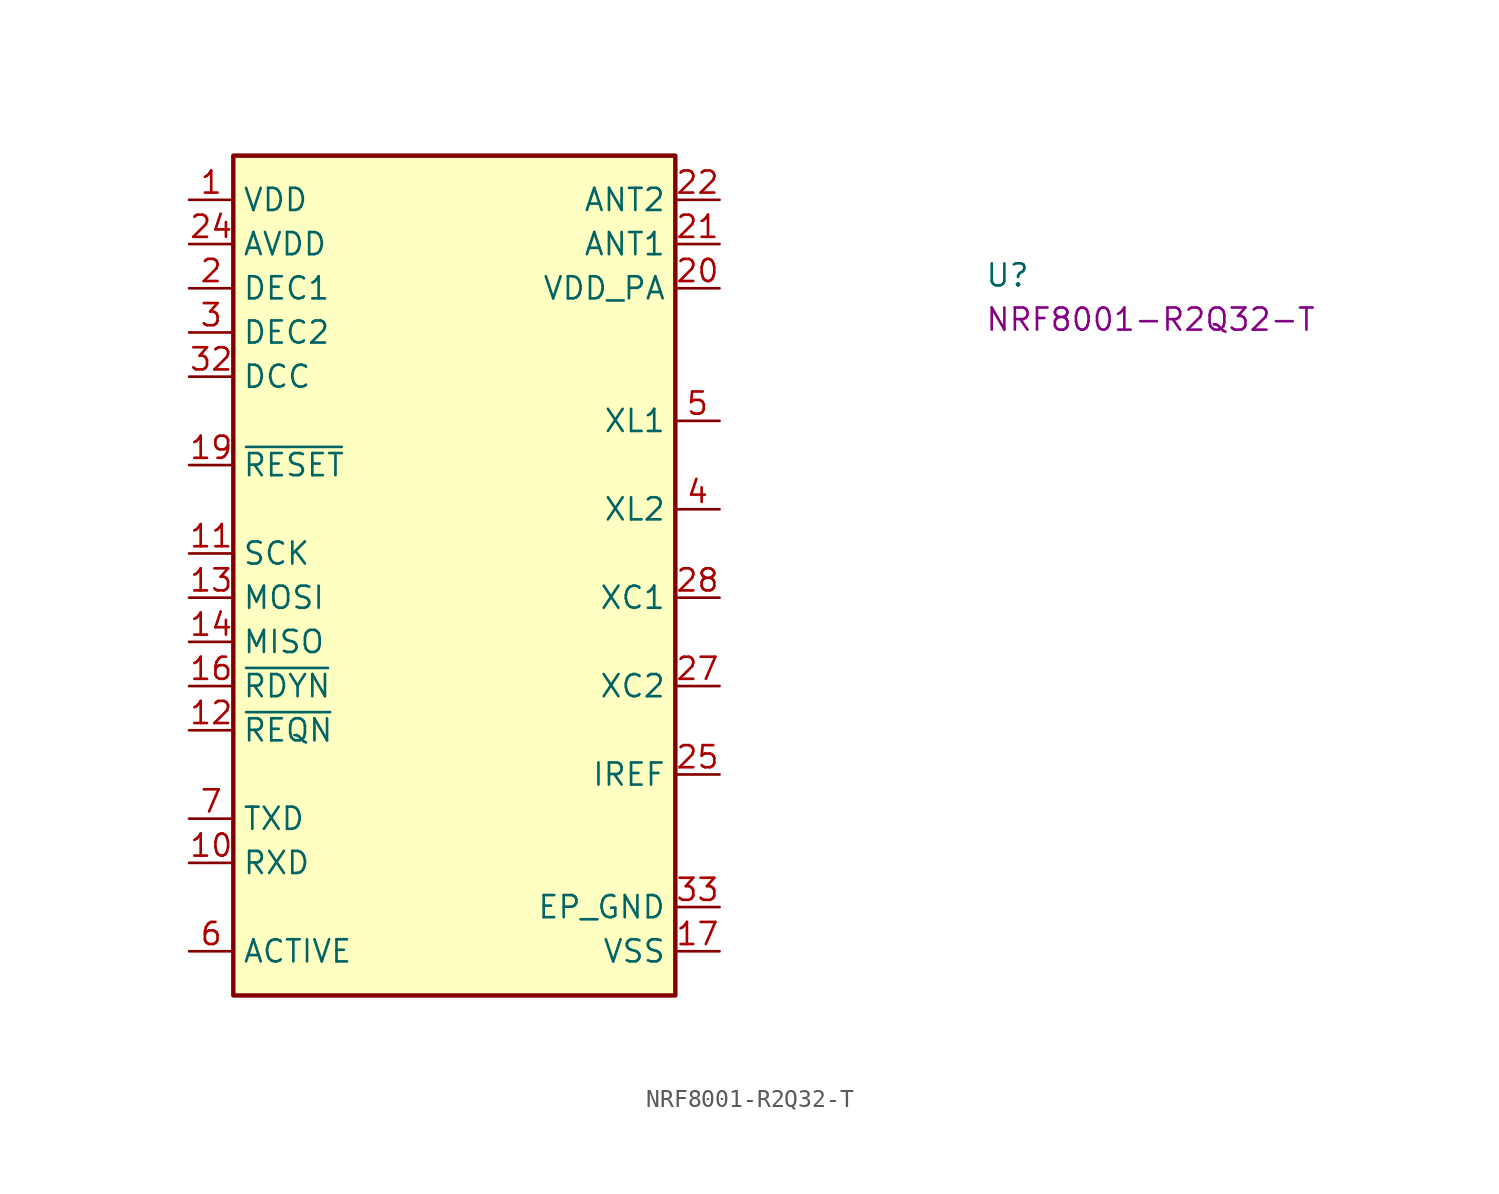
<source format=kicad_sym>
(kicad_symbol_lib
  (version 20231120)
  (generator "kicad_symbol_editor")
  (generator_version "8.0")
  (symbol "NRF8001-R2Q32-T"
    (property "Reference" "U"
      (at 45.72 -5.08 0)
      (effects (font (size 1.27 1.27) (thickness 0.15)) (justify left bottom)))
    (property "MPN" "NRF8001-R2Q32-T"
      (at 45.72 -7.62 0)
      (effects (font (size 1.27 1.27) (thickness 0.15)) (justify left bottom)))
    (symbol "NRF8001-R2Q32-T_1_1"
      (rectangle (start 2.54 2.54) (end 27.94 -45.72) (stroke (width 0.254) (type default)) (fill (type background)))
      (pin power_in line (at 0 0 0) (length 2.54) (name "VDD" (effects (font (size 1.27 1.27)))) (number "1" (effects (font (size 1.27 1.27)))))
      (pin input line (at 0 -38.1 0) (length 2.54) (name "RXD" (effects (font (size 1.27 1.27)))) (number "10" (effects (font (size 1.27 1.27)))))
      (pin input line (at 0 -20.32 0) (length 2.54) (name "SCK" (effects (font (size 1.27 1.27)))) (number "11" (effects (font (size 1.27 1.27)))))
      (pin input line (at 0 -30.48 0) (length 2.54) (name "~{REQN}" (effects (font (size 1.27 1.27)))) (number "12" (effects (font (size 1.27 1.27)))))
      (pin input line (at 0 -22.86 0) (length 2.54) (name "MOSI" (effects (font (size 1.27 1.27)))) (number "13" (effects (font (size 1.27 1.27)))))
      (pin output line (at 0 -25.4 0) (length 2.54) (name "MISO" (effects (font (size 1.27 1.27)))) (number "14" (effects (font (size 1.27 1.27)))))
      (pin no_connect line (at 27.94 -35.56 180) (length 2.54) hide (name "NC" (effects (font (size 1.27 1.27)))) (number "15" (effects (font (size 1.27 1.27)))))
      (pin output line (at 0 -27.94 0) (length 2.54) (name "~{RDYN}" (effects (font (size 1.27 1.27)))) (number "16" (effects (font (size 1.27 1.27)))))
      (pin power_in line (at 30.48 -43.18 180) (length 2.54) (name "VSS" (effects (font (size 1.27 1.27)))) (number "17" (effects (font (size 1.27 1.27)))))
      (pin passive line (at 30.48 -43.18 180) (length 2.54) hide (name "VSS" (effects (font (size 1.27 1.27)))) (number "18" (effects (font (size 1.27 1.27)))))
      (pin input line (at 0 -15.24 0) (length 2.54) (name "~{RESET}" (effects (font (size 1.27 1.27)))) (number "19" (effects (font (size 1.27 1.27)))))
      (pin passive line (at 0 -5.08 0) (length 2.54) (name "DEC1" (effects (font (size 1.27 1.27)))) (number "2" (effects (font (size 1.27 1.27)))))
      (pin power_out line (at 30.48 -5.08 180) (length 2.54) (name "VDD_PA" (effects (font (size 1.27 1.27)))) (number "20" (effects (font (size 1.27 1.27)))))
      (pin input line (at 30.48 -2.54 180) (length 2.54) (name "ANT1" (effects (font (size 1.27 1.27)))) (number "21" (effects (font (size 1.27 1.27)))))
      (pin input line (at 30.48 0 180) (length 2.54) (name "ANT2" (effects (font (size 1.27 1.27)))) (number "22" (effects (font (size 1.27 1.27)))))
      (pin passive line (at 30.48 -43.18 180) (length 2.54) hide (name "VSS" (effects (font (size 1.27 1.27)))) (number "23" (effects (font (size 1.27 1.27)))))
      (pin power_in line (at 0 -2.54 0) (length 2.54) (name "AVDD" (effects (font (size 1.27 1.27)))) (number "24" (effects (font (size 1.27 1.27)))))
      (pin passive line (at 30.48 -33.02 180) (length 2.54) (name "IREF" (effects (font (size 1.27 1.27)))) (number "25" (effects (font (size 1.27 1.27)))))
      (pin passive line (at 0 -2.54 0) (length 2.54) hide (name "AVDD" (effects (font (size 1.27 1.27)))) (number "26" (effects (font (size 1.27 1.27)))))
      (pin output line (at 30.48 -27.94 180) (length 2.54) (name "XC2" (effects (font (size 1.27 1.27)))) (number "27" (effects (font (size 1.27 1.27)))))
      (pin input line (at 30.48 -22.86 180) (length 2.54) (name "XC1" (effects (font (size 1.27 1.27)))) (number "28" (effects (font (size 1.27 1.27)))))
      (pin passive line (at 0 -2.54 0) (length 2.54) hide (name "AVDD" (effects (font (size 1.27 1.27)))) (number "29" (effects (font (size 1.27 1.27)))))
      (pin passive line (at 0 -7.62 0) (length 2.54) (name "DEC2" (effects (font (size 1.27 1.27)))) (number "3" (effects (font (size 1.27 1.27)))))
      (pin passive line (at 30.48 -43.18 180) (length 2.54) hide (name "VSS" (effects (font (size 1.27 1.27)))) (number "30" (effects (font (size 1.27 1.27)))))
      (pin passive line (at 30.48 -43.18 180) (length 2.54) hide (name "VSS" (effects (font (size 1.27 1.27)))) (number "31" (effects (font (size 1.27 1.27)))))
      (pin output line (at 0 -10.16 0) (length 2.54) (name "DCC" (effects (font (size 1.27 1.27)))) (number "32" (effects (font (size 1.27 1.27)))))
      (pin power_in line (at 30.48 -40.64 180) (length 2.54) (name "EP_GND" (effects (font (size 1.27 1.27)))) (number "33" (effects (font (size 1.27 1.27)))))
      (pin output line (at 30.48 -17.78 180) (length 2.54) (name "XL2" (effects (font (size 1.27 1.27)))) (number "4" (effects (font (size 1.27 1.27)))))
      (pin input line (at 30.48 -12.7 180) (length 2.54) (name "XL1" (effects (font (size 1.27 1.27)))) (number "5" (effects (font (size 1.27 1.27)))))
      (pin output line (at 0 -43.18 0) (length 2.54) (name "ACTIVE" (effects (font (size 1.27 1.27)))) (number "6" (effects (font (size 1.27 1.27)))))
      (pin output line (at 0 -35.56 0) (length 2.54) (name "TXD" (effects (font (size 1.27 1.27)))) (number "7" (effects (font (size 1.27 1.27)))))
      (pin passive line (at 30.48 -43.18 180) (length 2.54) hide (name "VSS" (effects (font (size 1.27 1.27)))) (number "8" (effects (font (size 1.27 1.27)))))
      (pin passive line (at 0 0 0) (length 2.54) hide (name "VDD" (effects (font (size 1.27 1.27)))) (number "9" (effects (font (size 1.27 1.27))))))))
</source>
